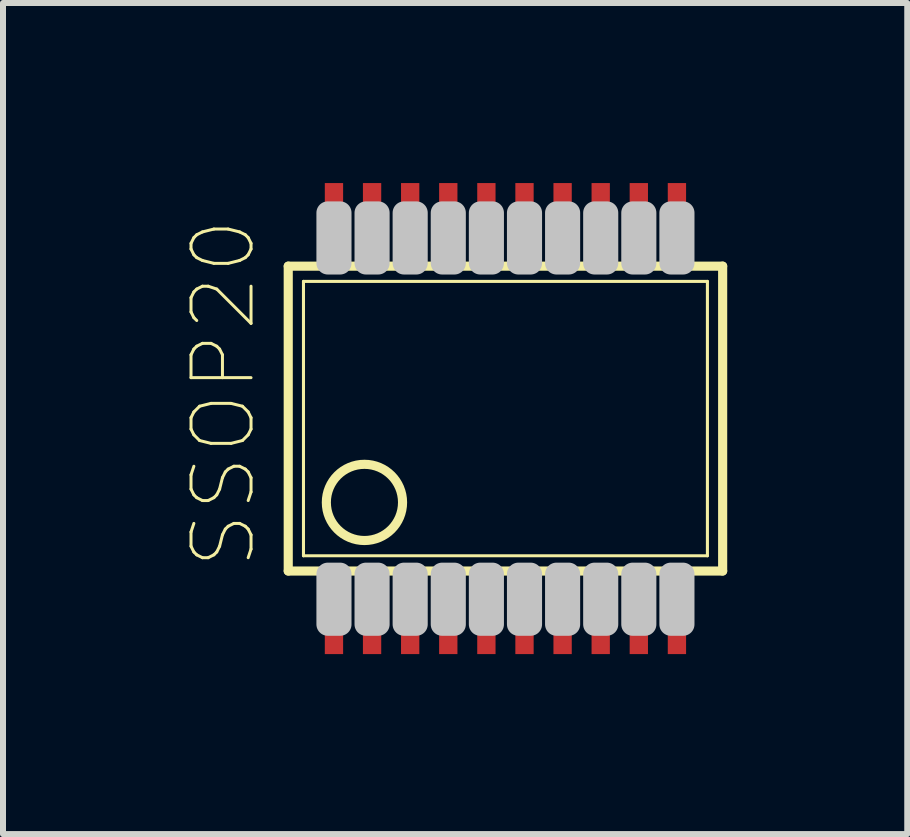
<source format=kicad_pcb>
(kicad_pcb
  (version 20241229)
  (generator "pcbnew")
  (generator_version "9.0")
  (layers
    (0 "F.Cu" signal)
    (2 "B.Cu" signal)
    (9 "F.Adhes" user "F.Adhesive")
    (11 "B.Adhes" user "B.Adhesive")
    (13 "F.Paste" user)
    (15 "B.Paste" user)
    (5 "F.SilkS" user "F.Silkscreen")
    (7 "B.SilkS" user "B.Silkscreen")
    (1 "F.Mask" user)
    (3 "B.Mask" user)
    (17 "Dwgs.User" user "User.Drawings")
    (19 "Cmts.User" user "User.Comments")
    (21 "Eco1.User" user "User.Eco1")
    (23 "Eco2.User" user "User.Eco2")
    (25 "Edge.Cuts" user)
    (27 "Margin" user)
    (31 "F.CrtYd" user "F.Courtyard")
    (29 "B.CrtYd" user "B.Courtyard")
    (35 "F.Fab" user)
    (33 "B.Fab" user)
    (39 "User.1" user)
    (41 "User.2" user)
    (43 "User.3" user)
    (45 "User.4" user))
  (footprint "SSOP20"
    (layer "F.Cu")
    (at 5.372 3.925)
    (property "Reference" "SSOP20" (at -4.699 -0.42 90) (layer "F.SilkS") (effects (font (size 1 1) (thickness 0.05))))
    (attr smd)
    (fp_line (start -3.619 2.54) (end -3.619 -2.54) (stroke (width 0.152) (type solid)) (layer "F.SilkS"))
    (fp_line (start -3.619 2.54) (end 3.62 2.54) (stroke (width 0.152) (type solid)) (layer "F.SilkS"))
    (fp_line (start -3.365 2.286) (end -3.365 -2.286) (stroke (width 0.051) (type solid)) (layer "F.SilkS"))
    (fp_line (start -3.365 2.286) (end 3.366 2.286) (stroke (width 0.051) (type solid)) (layer "F.SilkS"))
    (fp_line (start 3.366 -2.286) (end -3.365 -2.286) (stroke (width 0.051) (type solid)) (layer "F.SilkS"))
    (fp_line (start 3.366 -2.286) (end 3.366 2.286) (stroke (width 0.051) (type solid)) (layer "F.SilkS"))
    (fp_line (start 3.62 -2.54) (end -3.619 -2.54) (stroke (width 0.152) (type solid)) (layer "F.SilkS"))
    (fp_line (start 3.62 -2.54) (end 3.62 2.54) (stroke (width 0.152) (type solid)) (layer "F.SilkS"))
    (fp_circle (center -2.349 1.397) (end -1.714 1.397) (stroke (width 0.152) (type solid)) (fill no) (layer "F.SilkS"))
    (fp_poly (pts (xy -2.959 -3.429) (xy -2.755 -3.429) (xy -2.755 -2.591) (xy -2.959 -2.591)) (stroke (width 0.381) (type solid)) (fill no) (layer "Dwgs.User"))
    (fp_poly (pts (xy -2.959 2.591) (xy -2.755 2.591) (xy -2.755 3.429) (xy -2.959 3.429)) (stroke (width 0.381) (type solid)) (fill no) (layer "Dwgs.User"))
    (fp_poly (pts (xy -2.324 -3.429) (xy -2.12 -3.429) (xy -2.12 -2.591) (xy -2.324 -2.591)) (stroke (width 0.381) (type solid)) (fill no) (layer "Dwgs.User"))
    (fp_poly (pts (xy -2.324 2.591) (xy -2.12 2.591) (xy -2.12 3.429) (xy -2.324 3.429)) (stroke (width 0.381) (type solid)) (fill no) (layer "Dwgs.User"))
    (fp_poly (pts (xy -1.689 -3.429) (xy -1.485 -3.429) (xy -1.485 -2.591) (xy -1.689 -2.591)) (stroke (width 0.381) (type solid)) (fill no) (layer "Dwgs.User"))
    (fp_poly (pts (xy -1.689 2.591) (xy -1.485 2.591) (xy -1.485 3.429) (xy -1.689 3.429)) (stroke (width 0.381) (type solid)) (fill no) (layer "Dwgs.User"))
    (fp_poly (pts (xy -1.054 -3.429) (xy -0.85 -3.429) (xy -0.85 -2.591) (xy -1.054 -2.591)) (stroke (width 0.381) (type solid)) (fill no) (layer "Dwgs.User"))
    (fp_poly (pts (xy -1.054 2.591) (xy -0.85 2.591) (xy -0.85 3.429) (xy -1.054 3.429)) (stroke (width 0.381) (type solid)) (fill no) (layer "Dwgs.User"))
    (fp_poly (pts (xy -0.419 -3.429) (xy -0.215 -3.429) (xy -0.215 -2.591) (xy -0.419 -2.591)) (stroke (width 0.381) (type solid)) (fill no) (layer "Dwgs.User"))
    (fp_poly (pts (xy -0.419 2.591) (xy -0.215 2.591) (xy -0.215 3.429) (xy -0.419 3.429)) (stroke (width 0.381) (type solid)) (fill no) (layer "Dwgs.User"))
    (fp_poly (pts (xy 0.216 -3.429) (xy 0.42 -3.429) (xy 0.42 -2.591) (xy 0.216 -2.591)) (stroke (width 0.381) (type solid)) (fill no) (layer "Dwgs.User"))
    (fp_poly (pts (xy 0.216 2.591) (xy 0.42 2.591) (xy 0.42 3.429) (xy 0.216 3.429)) (stroke (width 0.381) (type solid)) (fill no) (layer "Dwgs.User"))
    (fp_poly (pts (xy 0.851 -3.429) (xy 1.055 -3.429) (xy 1.055 -2.591) (xy 0.851 -2.591)) (stroke (width 0.381) (type solid)) (fill no) (layer "Dwgs.User"))
    (fp_poly (pts (xy 0.851 2.591) (xy 1.055 2.591) (xy 1.055 3.429) (xy 0.851 3.429)) (stroke (width 0.381) (type solid)) (fill no) (layer "Dwgs.User"))
    (fp_poly (pts (xy 1.486 -3.429) (xy 1.69 -3.429) (xy 1.69 -2.591) (xy 1.486 -2.591)) (stroke (width 0.381) (type solid)) (fill no) (layer "Dwgs.User"))
    (fp_poly (pts (xy 1.486 2.591) (xy 1.69 2.591) (xy 1.69 3.429) (xy 1.486 3.429)) (stroke (width 0.381) (type solid)) (fill no) (layer "Dwgs.User"))
    (fp_poly (pts (xy 2.121 -3.429) (xy 2.325 -3.429) (xy 2.325 -2.591) (xy 2.121 -2.591)) (stroke (width 0.381) (type solid)) (fill no) (layer "Dwgs.User"))
    (fp_poly (pts (xy 2.121 2.591) (xy 2.325 2.591) (xy 2.325 3.429) (xy 2.121 3.429)) (stroke (width 0.381) (type solid)) (fill no) (layer "Dwgs.User"))
    (fp_poly (pts (xy 2.756 -3.429) (xy 2.96 -3.429) (xy 2.96 -2.591) (xy 2.756 -2.591)) (stroke (width 0.381) (type solid)) (fill no) (layer "Dwgs.User"))
    (fp_poly (pts (xy 2.756 2.591) (xy 2.96 2.591) (xy 2.96 3.429) (xy 2.756 3.429)) (stroke (width 0.381) (type solid)) (fill no) (layer "Dwgs.User"))
    (pad "1" smd rect (at -2.857 3.302) (size 0.305 1.245) (layers "F.Cu" "F.Mask" "F.Paste"))
    (pad "2" smd rect (at -2.222 3.302) (size 0.305 1.245) (layers "F.Cu" "F.Mask" "F.Paste"))
    (pad "3" smd rect (at -1.587 3.302) (size 0.305 1.245) (layers "F.Cu" "F.Mask" "F.Paste"))
    (pad "4" smd rect (at -0.952 3.302) (size 0.305 1.245) (layers "F.Cu" "F.Mask" "F.Paste"))
    (pad "5" smd rect (at -0.317 3.302) (size 0.305 1.245) (layers "F.Cu" "F.Mask" "F.Paste"))
    (pad "6" smd rect (at 0.318 3.302) (size 0.305 1.245) (layers "F.Cu" "F.Mask" "F.Paste"))
    (pad "7" smd rect (at 0.953 3.302) (size 0.305 1.245) (layers "F.Cu" "F.Mask" "F.Paste"))
    (pad "8" smd rect (at 1.588 3.302) (size 0.305 1.245) (layers "F.Cu" "F.Mask" "F.Paste"))
    (pad "9" smd rect (at 2.223 3.302) (size 0.305 1.245) (layers "F.Cu" "F.Mask" "F.Paste"))
    (pad "10" smd rect (at 2.858 3.302) (size 0.305 1.245) (layers "F.Cu" "F.Mask" "F.Paste"))
    (pad "11" smd rect (at 2.858 -3.302) (size 0.305 1.245) (layers "F.Cu" "F.Mask" "F.Paste"))
    (pad "12" smd rect (at 2.223 -3.302) (size 0.305 1.245) (layers "F.Cu" "F.Mask" "F.Paste"))
    (pad "13" smd rect (at 1.588 -3.302) (size 0.305 1.245) (layers "F.Cu" "F.Mask" "F.Paste"))
    (pad "14" smd rect (at 0.953 -3.302) (size 0.305 1.245) (layers "F.Cu" "F.Mask" "F.Paste"))
    (pad "15" smd rect (at 0.318 -3.302) (size 0.305 1.245) (layers "F.Cu" "F.Mask" "F.Paste"))
    (pad "16" smd rect (at -0.317 -3.302) (size 0.305 1.245) (layers "F.Cu" "F.Mask" "F.Paste"))
    (pad "17" smd rect (at -0.952 -3.302) (size 0.305 1.245) (layers "F.Cu" "F.Mask" "F.Paste"))
    (pad "18" smd rect (at -1.587 -3.302) (size 0.305 1.245) (layers "F.Cu" "F.Mask" "F.Paste"))
    (pad "19" smd rect (at -2.222 -3.302) (size 0.305 1.245) (layers "F.Cu" "F.Mask" "F.Paste"))
    (pad "20" smd rect (at -2.857 -3.302) (size 0.305 1.245) (layers "F.Cu" "F.Mask" "F.Paste")))
  (gr_rect
    (start -3 -3)
    (end 12.068 10.849)
    (stroke (width 0.1) (type default))
    (fill no)
    (layer "Edge.Cuts")))
</source>
